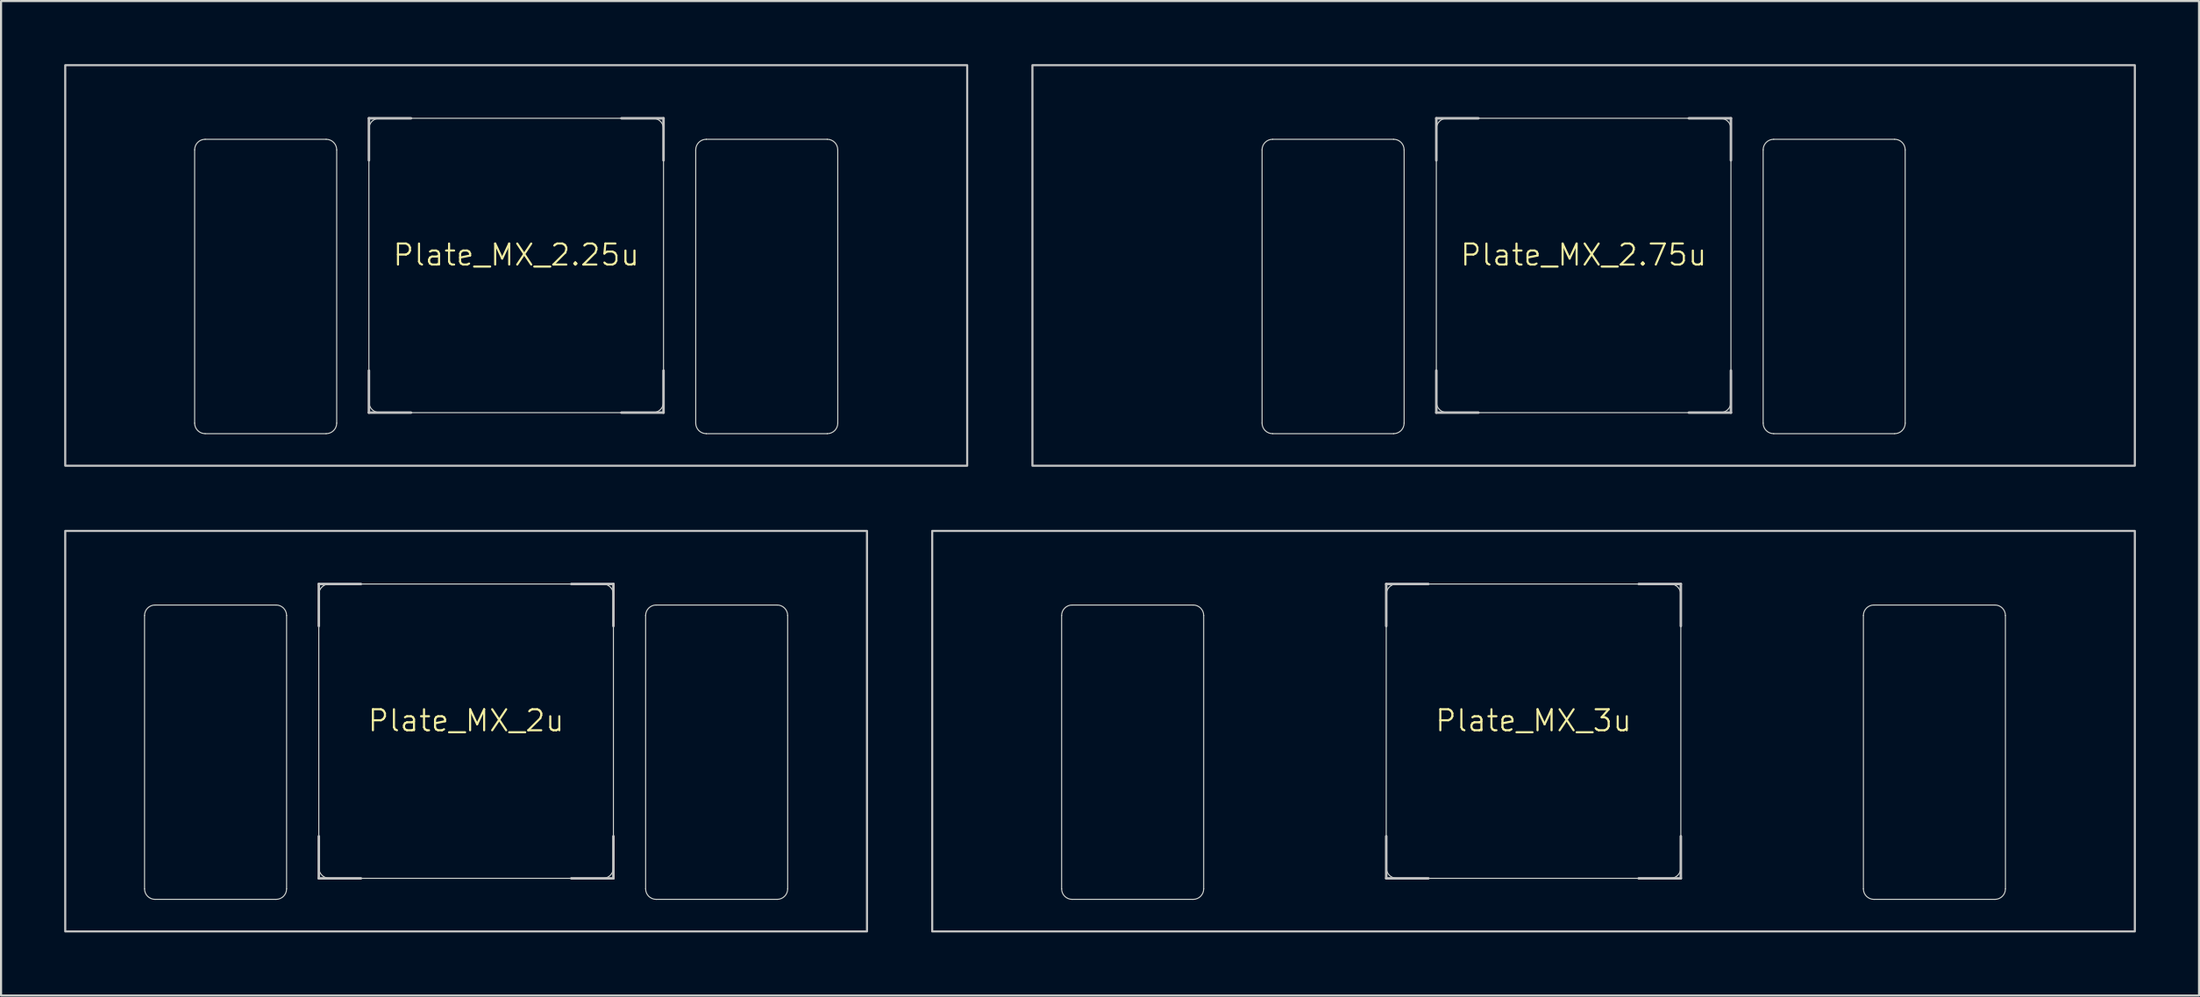
<source format=kicad_pcb>
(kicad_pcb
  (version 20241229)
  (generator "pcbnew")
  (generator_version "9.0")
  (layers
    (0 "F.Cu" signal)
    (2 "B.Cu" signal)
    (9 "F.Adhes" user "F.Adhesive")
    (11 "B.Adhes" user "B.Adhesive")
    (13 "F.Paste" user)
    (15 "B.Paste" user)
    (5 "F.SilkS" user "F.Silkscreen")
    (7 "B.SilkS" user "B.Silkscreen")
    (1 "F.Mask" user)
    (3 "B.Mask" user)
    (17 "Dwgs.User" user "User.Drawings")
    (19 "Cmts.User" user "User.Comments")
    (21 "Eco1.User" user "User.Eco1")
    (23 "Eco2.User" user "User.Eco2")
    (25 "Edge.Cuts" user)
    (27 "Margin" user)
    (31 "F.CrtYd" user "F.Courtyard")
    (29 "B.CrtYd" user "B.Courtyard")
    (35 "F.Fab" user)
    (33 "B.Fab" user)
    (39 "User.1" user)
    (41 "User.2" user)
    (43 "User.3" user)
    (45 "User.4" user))
  (footprint "Plate_MX_2u"
    (layer "F.Cu")
    (at 19.1 31.725)
    (property "Reference" "Plate_MX_2u" (at 0 -0.5 0) (unlocked yes) (layer "F.SilkS") (effects (font (size 1 1) (thickness 0.1))))
    (attr exclude_from_pos_files exclude_from_bom allow_missing_courtyard)
    (fp_line (start -7 -7) (end -5 -7) (stroke (width 0.12) (type solid)) (layer "Dwgs.User"))
    (fp_line (start -7 -5) (end -7 -7) (stroke (width 0.12) (type solid)) (layer "Dwgs.User"))
    (fp_line (start -7 7) (end -7 5) (stroke (width 0.12) (type solid)) (layer "Dwgs.User"))
    (fp_line (start -5 7) (end -7 7) (stroke (width 0.12) (type solid)) (layer "Dwgs.User"))
    (fp_line (start 5 -7) (end 7 -7) (stroke (width 0.12) (type solid)) (layer "Dwgs.User"))
    (fp_line (start 5 7) (end 7 7) (stroke (width 0.12) (type solid)) (layer "Dwgs.User"))
    (fp_line (start 7 -7) (end 7 -5) (stroke (width 0.12) (type solid)) (layer "Dwgs.User"))
    (fp_line (start 7 7) (end 7 5) (stroke (width 0.12) (type solid)) (layer "Dwgs.User"))
    (fp_rect (start -19.05 -9.525) (end 19.05 9.525) (stroke (width 0.1) (type solid)) (fill no) (layer "Dwgs.User"))
    (fp_line (start -15.281 -5.5) (end -15.281 7.5) (stroke (width 0.05) (type solid)) (layer "Edge.Cuts"))
    (fp_line (start -14.781 -6) (end -9.031 -6) (stroke (width 0.05) (type solid)) (layer "Edge.Cuts"))
    (fp_line (start -14.781 8) (end -9.031 8) (stroke (width 0.05) (type solid)) (layer "Edge.Cuts"))
    (fp_line (start -8.531 -5.5) (end -8.531 7.5) (stroke (width 0.05) (type solid)) (layer "Edge.Cuts"))
    (fp_line (start -7 -6.5) (end -7 6.5) (stroke (width 0.05) (type solid)) (layer "Edge.Cuts"))
    (fp_line (start -6.5 7) (end 6.5 7) (stroke (width 0.05) (type solid)) (layer "Edge.Cuts"))
    (fp_line (start 6.5 -7) (end -6.5 -7) (stroke (width 0.05) (type solid)) (layer "Edge.Cuts"))
    (fp_line (start 7 6.5) (end 7 -6.5) (stroke (width 0.05) (type solid)) (layer "Edge.Cuts"))
    (fp_line (start 8.531 -5.5) (end 8.531 7.5) (stroke (width 0.05) (type solid)) (layer "Edge.Cuts"))
    (fp_line (start 9.031 -6) (end 14.78 -6) (stroke (width 0.05) (type solid)) (layer "Edge.Cuts"))
    (fp_line (start 9.031 8) (end 14.781 8) (stroke (width 0.05) (type solid)) (layer "Edge.Cuts"))
    (fp_line (start 15.28 -5.5) (end 15.281 7.5) (stroke (width 0.05) (type solid)) (layer "Edge.Cuts"))
    (fp_arc (start -15.28125 -5.499999) (mid -15.134803 -5.853552) (end -14.78125 -5.999999) (stroke (width 0.05) (type solid)) (layer "Edge.Cuts"))
    (fp_arc (start -14.78125 8.000001) (mid -15.134803 7.853554) (end -15.28125 7.500001) (stroke (width 0.05) (type solid)) (layer "Edge.Cuts"))
    (fp_arc (start -9.03125 -5.999999) (mid -8.677697 -5.853552) (end -8.53125 -5.499999) (stroke (width 0.05) (type solid)) (layer "Edge.Cuts"))
    (fp_arc (start -8.53125 7.500001) (mid -8.677697 7.853554) (end -9.03125 8.000001) (stroke (width 0.05) (type solid)) (layer "Edge.Cuts"))
    (fp_arc (start -7 -6.5) (mid -6.853553 -6.853553) (end -6.5 -7) (stroke (width 0.05) (type solid)) (layer "Edge.Cuts"))
    (fp_arc (start -6.497236 6.998884) (mid -6.850789 6.852437) (end -6.997236 6.498884) (stroke (width 0.05) (type solid)) (layer "Edge.Cuts"))
    (fp_arc (start 6.5 -7) (mid 6.853554 -6.853554) (end 7 -6.5) (stroke (width 0.05) (type solid)) (layer "Edge.Cuts"))
    (fp_arc (start 7 6.5) (mid 6.853554 6.853554) (end 6.5 7) (stroke (width 0.05) (type solid)) (layer "Edge.Cuts"))
    (fp_arc (start 8.53125 -5.499999) (mid 8.677697 -5.853552) (end 9.03125 -5.999999) (stroke (width 0.05) (type solid)) (layer "Edge.Cuts"))
    (fp_arc (start 9.03125 8.000001) (mid 8.677697 7.853554) (end 8.53125 7.500001) (stroke (width 0.05) (type solid)) (layer "Edge.Cuts"))
    (fp_arc (start 14.780039 -5.999999) (mid 15.133592 -5.853552) (end 15.280039 -5.499999) (stroke (width 0.05) (type solid)) (layer "Edge.Cuts"))
    (fp_arc (start 15.28125 7.500001) (mid 15.134803 7.853554) (end 14.78125 8.000001) (stroke (width 0.05) (type solid)) (layer "Edge.Cuts")))
  (footprint "Plate_MX_2.75u"
    (layer "F.Cu")
    (at 72.206 9.575)
    (property "Reference" "Plate_MX_2.75u" (at 0 -0.5 0) (unlocked yes) (layer "F.SilkS") (effects (font (size 1 1) (thickness 0.1))))
    (attr exclude_from_pos_files exclude_from_bom allow_missing_courtyard)
    (fp_line (start -7 -7) (end -5 -7) (stroke (width 0.12) (type solid)) (layer "Dwgs.User"))
    (fp_line (start -7 -5) (end -7 -7) (stroke (width 0.12) (type solid)) (layer "Dwgs.User"))
    (fp_line (start -7 7) (end -7 5) (stroke (width 0.12) (type solid)) (layer "Dwgs.User"))
    (fp_line (start -5 7) (end -7 7) (stroke (width 0.12) (type solid)) (layer "Dwgs.User"))
    (fp_line (start 5 -7) (end 7 -7) (stroke (width 0.12) (type solid)) (layer "Dwgs.User"))
    (fp_line (start 5 7) (end 7 7) (stroke (width 0.12) (type solid)) (layer "Dwgs.User"))
    (fp_line (start 7 -7) (end 7 -5) (stroke (width 0.12) (type solid)) (layer "Dwgs.User"))
    (fp_line (start 7 7) (end 7 5) (stroke (width 0.12) (type solid)) (layer "Dwgs.User"))
    (fp_rect (start -26.194 -9.525) (end 26.194 9.525) (stroke (width 0.1) (type solid)) (fill no) (layer "Dwgs.User"))
    (fp_line (start -15.281 -5.5) (end -15.281 7.5) (stroke (width 0.05) (type solid)) (layer "Edge.Cuts"))
    (fp_line (start -14.781 -6) (end -9.031 -6) (stroke (width 0.05) (type solid)) (layer "Edge.Cuts"))
    (fp_line (start -14.781 8) (end -9.031 8) (stroke (width 0.05) (type solid)) (layer "Edge.Cuts"))
    (fp_line (start -8.531 -5.5) (end -8.531 7.5) (stroke (width 0.05) (type solid)) (layer "Edge.Cuts"))
    (fp_line (start -7 -6.5) (end -7 6.5) (stroke (width 0.05) (type solid)) (layer "Edge.Cuts"))
    (fp_line (start -6.5 7) (end 6.5 7) (stroke (width 0.05) (type solid)) (layer "Edge.Cuts"))
    (fp_line (start 6.5 -7) (end -6.5 -7) (stroke (width 0.05) (type solid)) (layer "Edge.Cuts"))
    (fp_line (start 7 6.5) (end 7 -6.5) (stroke (width 0.05) (type solid)) (layer "Edge.Cuts"))
    (fp_line (start 8.531 -5.5) (end 8.531 7.5) (stroke (width 0.05) (type solid)) (layer "Edge.Cuts"))
    (fp_line (start 9.031 -6) (end 14.78 -6) (stroke (width 0.05) (type solid)) (layer "Edge.Cuts"))
    (fp_line (start 9.031 8) (end 14.781 8) (stroke (width 0.05) (type solid)) (layer "Edge.Cuts"))
    (fp_line (start 15.28 -5.5) (end 15.281 7.5) (stroke (width 0.05) (type solid)) (layer "Edge.Cuts"))
    (fp_arc (start -15.28125 -5.499999) (mid -15.134803 -5.853552) (end -14.78125 -5.999999) (stroke (width 0.05) (type solid)) (layer "Edge.Cuts"))
    (fp_arc (start -14.78125 8.000001) (mid -15.134803 7.853554) (end -15.28125 7.500001) (stroke (width 0.05) (type solid)) (layer "Edge.Cuts"))
    (fp_arc (start -9.03125 -5.999999) (mid -8.677697 -5.853552) (end -8.53125 -5.499999) (stroke (width 0.05) (type solid)) (layer "Edge.Cuts"))
    (fp_arc (start -8.53125 7.500001) (mid -8.677697 7.853554) (end -9.03125 8.000001) (stroke (width 0.05) (type solid)) (layer "Edge.Cuts"))
    (fp_arc (start -7 -6.5) (mid -6.853553 -6.853553) (end -6.5 -7) (stroke (width 0.05) (type solid)) (layer "Edge.Cuts"))
    (fp_arc (start -6.497236 6.998884) (mid -6.850789 6.852437) (end -6.997236 6.498884) (stroke (width 0.05) (type solid)) (layer "Edge.Cuts"))
    (fp_arc (start 6.5 -7) (mid 6.853554 -6.853554) (end 7 -6.5) (stroke (width 0.05) (type solid)) (layer "Edge.Cuts"))
    (fp_arc (start 7 6.5) (mid 6.853554 6.853554) (end 6.5 7) (stroke (width 0.05) (type solid)) (layer "Edge.Cuts"))
    (fp_arc (start 8.53125 -5.499999) (mid 8.677697 -5.853552) (end 9.03125 -5.999999) (stroke (width 0.05) (type solid)) (layer "Edge.Cuts"))
    (fp_arc (start 9.03125 8.000001) (mid 8.677697 7.853554) (end 8.53125 7.500001) (stroke (width 0.05) (type solid)) (layer "Edge.Cuts"))
    (fp_arc (start 14.780039 -5.999999) (mid 15.133592 -5.853552) (end 15.280039 -5.499999) (stroke (width 0.05) (type solid)) (layer "Edge.Cuts"))
    (fp_arc (start 15.28125 7.500001) (mid 15.134803 7.853554) (end 14.78125 8.000001) (stroke (width 0.05) (type solid)) (layer "Edge.Cuts")))
  (footprint "Plate_MX_3u"
    (layer "F.Cu")
    (at 69.825 31.725)
    (property "Reference" "Plate_MX_3u" (at 0 -0.5 0) (unlocked yes) (layer "F.SilkS") (effects (font (size 1 1) (thickness 0.1))))
    (attr exclude_from_pos_files exclude_from_bom allow_missing_courtyard)
    (fp_line (start -7 -7) (end -5 -7) (stroke (width 0.12) (type solid)) (layer "Dwgs.User"))
    (fp_line (start -7 -5) (end -7 -7) (stroke (width 0.12) (type solid)) (layer "Dwgs.User"))
    (fp_line (start -7 7) (end -7 5) (stroke (width 0.12) (type solid)) (layer "Dwgs.User"))
    (fp_line (start -5 7) (end -7 7) (stroke (width 0.12) (type solid)) (layer "Dwgs.User"))
    (fp_line (start 5 -7) (end 7 -7) (stroke (width 0.12) (type solid)) (layer "Dwgs.User"))
    (fp_line (start 5 7) (end 7 7) (stroke (width 0.12) (type solid)) (layer "Dwgs.User"))
    (fp_line (start 7 -7) (end 7 -5) (stroke (width 0.12) (type solid)) (layer "Dwgs.User"))
    (fp_line (start 7 7) (end 7 5) (stroke (width 0.12) (type solid)) (layer "Dwgs.User"))
    (fp_rect (start -28.575 -9.525) (end 28.575 9.525) (stroke (width 0.1) (type solid)) (fill no) (layer "Dwgs.User"))
    (fp_line (start -22.425 -5.5) (end -22.425 7.5) (stroke (width 0.05) (type solid)) (layer "Edge.Cuts"))
    (fp_line (start -21.925 -6) (end -16.175 -6) (stroke (width 0.05) (type solid)) (layer "Edge.Cuts"))
    (fp_line (start -21.925 8) (end -16.175 8) (stroke (width 0.05) (type solid)) (layer "Edge.Cuts"))
    (fp_line (start -15.675 -5.5) (end -15.675 7.5) (stroke (width 0.05) (type solid)) (layer "Edge.Cuts"))
    (fp_line (start -7 -6.5) (end -7 6.5) (stroke (width 0.05) (type solid)) (layer "Edge.Cuts"))
    (fp_line (start -6.5 7) (end 6.5 7) (stroke (width 0.05) (type solid)) (layer "Edge.Cuts"))
    (fp_line (start 6.5 -7) (end -6.5 -7) (stroke (width 0.05) (type solid)) (layer "Edge.Cuts"))
    (fp_line (start 7 6.5) (end 7 -6.5) (stroke (width 0.05) (type solid)) (layer "Edge.Cuts"))
    (fp_line (start 15.676 -5.5) (end 15.676 7.5) (stroke (width 0.05) (type solid)) (layer "Edge.Cuts"))
    (fp_line (start 16.176 -6) (end 21.924 -6) (stroke (width 0.05) (type solid)) (layer "Edge.Cuts"))
    (fp_line (start 16.176 8) (end 21.926 8) (stroke (width 0.05) (type solid)) (layer "Edge.Cuts"))
    (fp_line (start 22.424 -5.5) (end 22.426 7.5) (stroke (width 0.05) (type solid)) (layer "Edge.Cuts"))
    (fp_arc (start -22.425 -5.499999) (mid -22.278553 -5.853552) (end -21.925 -5.999999) (stroke (width 0.05) (type solid)) (layer "Edge.Cuts"))
    (fp_arc (start -21.925 8.000001) (mid -22.278553 7.853554) (end -22.425 7.500001) (stroke (width 0.05) (type solid)) (layer "Edge.Cuts"))
    (fp_arc (start -16.175 -5.999999) (mid -15.821447 -5.853552) (end -15.675 -5.499999) (stroke (width 0.05) (type solid)) (layer "Edge.Cuts"))
    (fp_arc (start -15.675 7.500001) (mid -15.821447 7.853554) (end -16.175 8.000001) (stroke (width 0.05) (type solid)) (layer "Edge.Cuts"))
    (fp_arc (start -7 -6.5) (mid -6.853553 -6.853553) (end -6.5 -7) (stroke (width 0.05) (type solid)) (layer "Edge.Cuts"))
    (fp_arc (start -6.497236 6.998884) (mid -6.850789 6.852437) (end -6.997236 6.498884) (stroke (width 0.05) (type solid)) (layer "Edge.Cuts"))
    (fp_arc (start 6.5 -7) (mid 6.853554 -6.853554) (end 7 -6.5) (stroke (width 0.05) (type solid)) (layer "Edge.Cuts"))
    (fp_arc (start 7 6.5) (mid 6.853554 6.853554) (end 6.5 7) (stroke (width 0.05) (type solid)) (layer "Edge.Cuts"))
    (fp_arc (start 15.675605 -5.499999) (mid 15.822048 -5.853571) (end 16.175605 -5.999999) (stroke (width 0.05) (type solid)) (layer "Edge.Cuts"))
    (fp_arc (start 16.175605 8.000001) (mid 15.822084 7.853537) (end 15.675605 7.500001) (stroke (width 0.05) (type solid)) (layer "Edge.Cuts"))
    (fp_arc (start 21.924394 -5.999999) (mid 22.277922 -5.853539) (end 22.424394 -5.499999) (stroke (width 0.05) (type solid)) (layer "Edge.Cuts"))
    (fp_arc (start 22.425605 7.500001) (mid 22.279161 7.853571) (end 21.925605 8.000001) (stroke (width 0.05) (type solid)) (layer "Edge.Cuts")))
  (footprint "Plate_MX_2.25u"
    (layer "F.Cu")
    (at 21.481 9.575)
    (property "Reference" "Plate_MX_2.25u" (at 0 -0.5 0) (unlocked yes) (layer "F.SilkS") (effects (font (size 1 1) (thickness 0.1))))
    (attr exclude_from_pos_files exclude_from_bom allow_missing_courtyard)
    (fp_line (start -7 -7) (end -5 -7) (stroke (width 0.12) (type solid)) (layer "Dwgs.User"))
    (fp_line (start -7 -5) (end -7 -7) (stroke (width 0.12) (type solid)) (layer "Dwgs.User"))
    (fp_line (start -7 7) (end -7 5) (stroke (width 0.12) (type solid)) (layer "Dwgs.User"))
    (fp_line (start -5 7) (end -7 7) (stroke (width 0.12) (type solid)) (layer "Dwgs.User"))
    (fp_line (start 5 -7) (end 7 -7) (stroke (width 0.12) (type solid)) (layer "Dwgs.User"))
    (fp_line (start 5 7) (end 7 7) (stroke (width 0.12) (type solid)) (layer "Dwgs.User"))
    (fp_line (start 7 -7) (end 7 -5) (stroke (width 0.12) (type solid)) (layer "Dwgs.User"))
    (fp_line (start 7 7) (end 7 5) (stroke (width 0.12) (type solid)) (layer "Dwgs.User"))
    (fp_rect (start -21.431 -9.525) (end 21.431 9.525) (stroke (width 0.1) (type solid)) (fill no) (layer "Dwgs.User"))
    (fp_line (start -15.281 -5.5) (end -15.281 7.5) (stroke (width 0.05) (type solid)) (layer "Edge.Cuts"))
    (fp_line (start -14.781 -6) (end -9.031 -6) (stroke (width 0.05) (type solid)) (layer "Edge.Cuts"))
    (fp_line (start -14.781 8) (end -9.031 8) (stroke (width 0.05) (type solid)) (layer "Edge.Cuts"))
    (fp_line (start -8.531 -5.5) (end -8.531 7.5) (stroke (width 0.05) (type solid)) (layer "Edge.Cuts"))
    (fp_line (start -7 -6.5) (end -7 6.5) (stroke (width 0.05) (type solid)) (layer "Edge.Cuts"))
    (fp_line (start -6.5 7) (end 6.5 7) (stroke (width 0.05) (type solid)) (layer "Edge.Cuts"))
    (fp_line (start 6.5 -7) (end -6.5 -7) (stroke (width 0.05) (type solid)) (layer "Edge.Cuts"))
    (fp_line (start 7 6.5) (end 7 -6.5) (stroke (width 0.05) (type solid)) (layer "Edge.Cuts"))
    (fp_line (start 8.531 -5.5) (end 8.531 7.5) (stroke (width 0.05) (type solid)) (layer "Edge.Cuts"))
    (fp_line (start 9.031 -6) (end 14.78 -6) (stroke (width 0.05) (type solid)) (layer "Edge.Cuts"))
    (fp_line (start 9.031 8) (end 14.781 8) (stroke (width 0.05) (type solid)) (layer "Edge.Cuts"))
    (fp_line (start 15.28 -5.5) (end 15.281 7.5) (stroke (width 0.05) (type solid)) (layer "Edge.Cuts"))
    (fp_arc (start -15.28125 -5.499999) (mid -15.134803 -5.853552) (end -14.78125 -5.999999) (stroke (width 0.05) (type solid)) (layer "Edge.Cuts"))
    (fp_arc (start -14.78125 8.000001) (mid -15.134803 7.853554) (end -15.28125 7.500001) (stroke (width 0.05) (type solid)) (layer "Edge.Cuts"))
    (fp_arc (start -9.03125 -5.999999) (mid -8.677697 -5.853552) (end -8.53125 -5.499999) (stroke (width 0.05) (type solid)) (layer "Edge.Cuts"))
    (fp_arc (start -8.53125 7.500001) (mid -8.677697 7.853554) (end -9.03125 8.000001) (stroke (width 0.05) (type solid)) (layer "Edge.Cuts"))
    (fp_arc (start -7 -6.5) (mid -6.853553 -6.853553) (end -6.5 -7) (stroke (width 0.05) (type solid)) (layer "Edge.Cuts"))
    (fp_arc (start -6.497236 6.998884) (mid -6.850789 6.852437) (end -6.997236 6.498884) (stroke (width 0.05) (type solid)) (layer "Edge.Cuts"))
    (fp_arc (start 6.5 -7) (mid 6.853554 -6.853554) (end 7 -6.5) (stroke (width 0.05) (type solid)) (layer "Edge.Cuts"))
    (fp_arc (start 7 6.5) (mid 6.853554 6.853554) (end 6.5 7) (stroke (width 0.05) (type solid)) (layer "Edge.Cuts"))
    (fp_arc (start 8.53125 -5.499999) (mid 8.677697 -5.853552) (end 9.03125 -5.999999) (stroke (width 0.05) (type solid)) (layer "Edge.Cuts"))
    (fp_arc (start 9.03125 8.000001) (mid 8.677697 7.853554) (end 8.53125 7.500001) (stroke (width 0.05) (type solid)) (layer "Edge.Cuts"))
    (fp_arc (start 14.780039 -5.999999) (mid 15.133592 -5.853552) (end 15.280039 -5.499999) (stroke (width 0.05) (type solid)) (layer "Edge.Cuts"))
    (fp_arc (start 15.28125 7.500001) (mid 15.134803 7.853554) (end 14.78125 8.000001) (stroke (width 0.05) (type solid)) (layer "Edge.Cuts")))
  (gr_rect
    (start -3 -3)
    (end 101.45 44.3)
    (stroke (width 0.1) (type default))
    (fill no)
    (layer "Edge.Cuts")))
</source>
